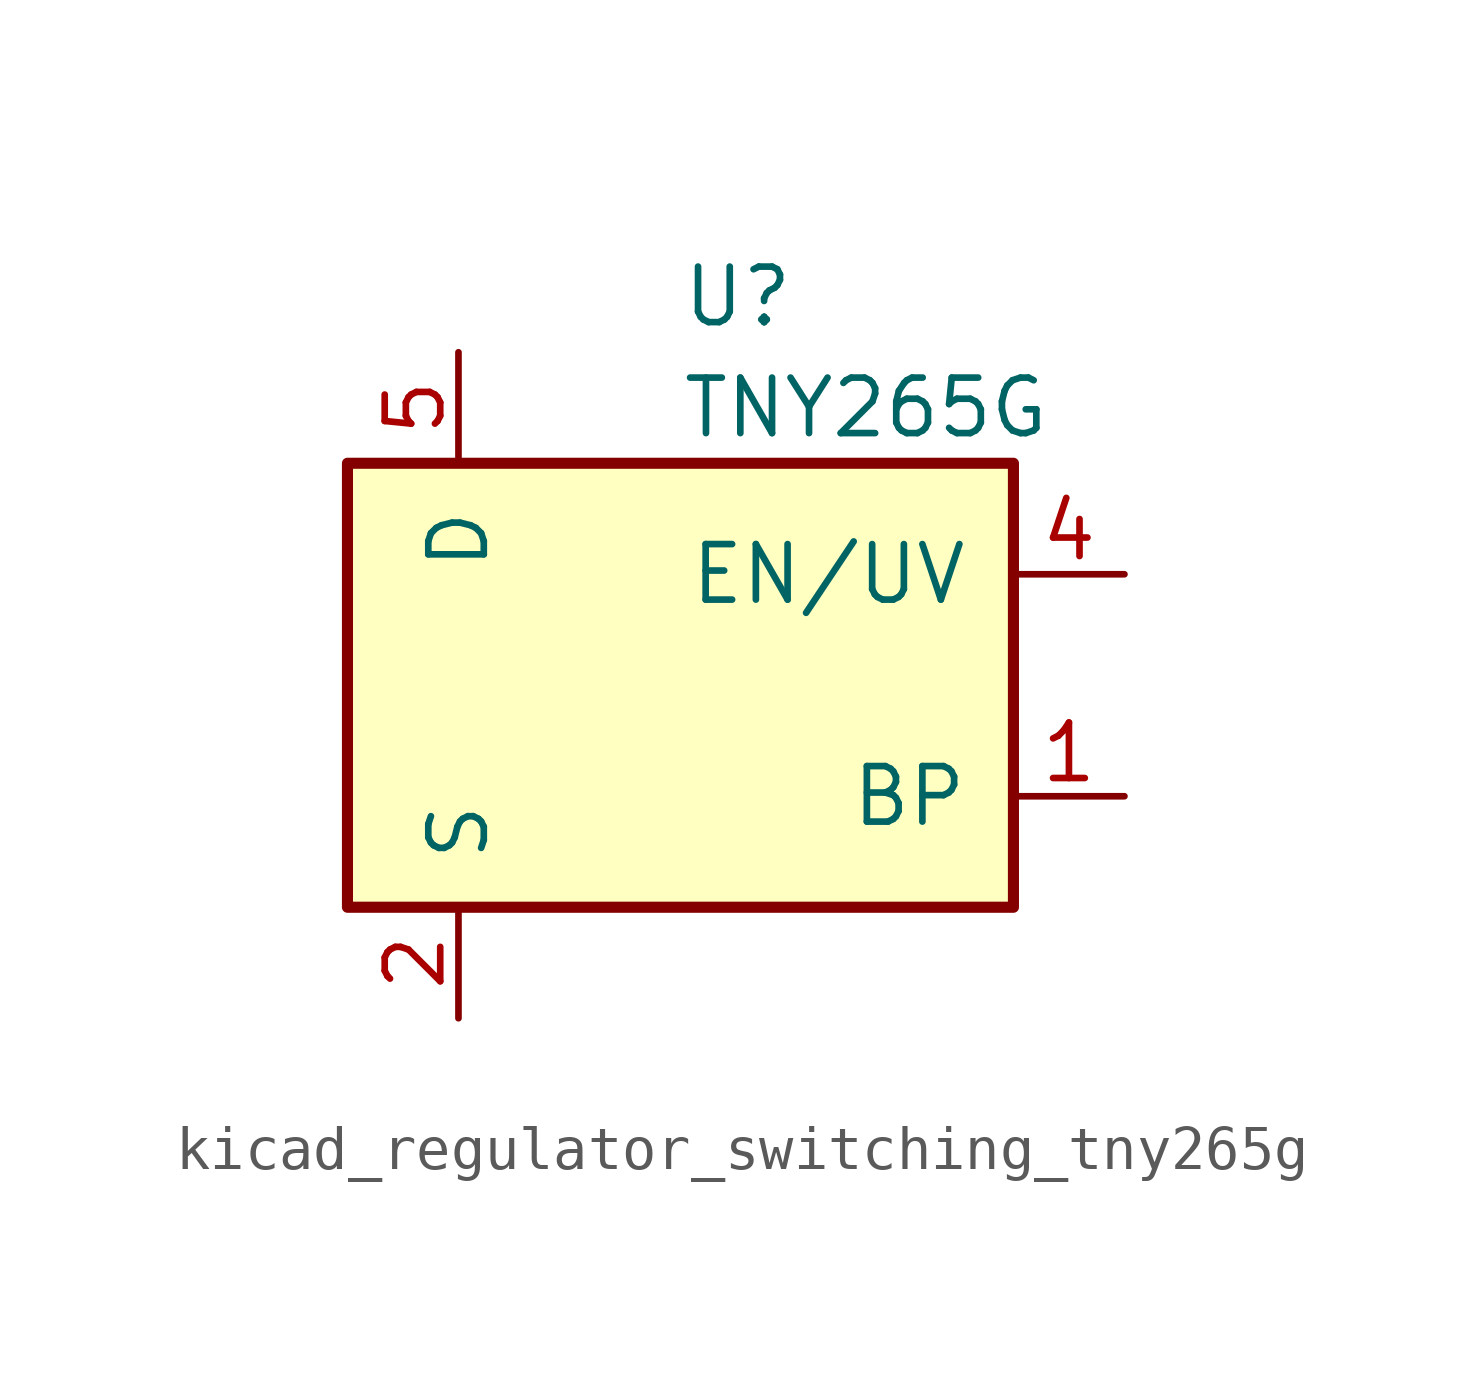
<source format=kicad_sym>
(kicad_symbol_lib
  (version 20220914)
  (generator kicad_symbol_editor)
  (symbol "kicad_regulator_switching_tny265g"
    (pin_names
      (offset 1.016))
    (property "Reference" "U"
      (at 0 8.89 0)
      (effects (font (size 1.27 1.27)) (justify left)))
    (property "Value" "TNY265G"
      (at 0 6.35 0)
      (effects (font (size 1.27 1.27)) (justify left)))
    (symbol "kicad_regulator_switching_tny265g_0_1"
      (rectangle (start -7.62 5.08) (end 7.62 -5.08) (stroke (width 0.254) (type default)) (fill (type background))))
    (symbol "kicad_regulator_switching_tny265g_1_1"
      (pin input line (at 10.16 -2.54 180) (length 2.54) (name "BP" (effects (font (size 1.27 1.27)))) (number "1" (effects (font (size 1.27 1.27)))))
      (pin power_in line (at -5.08 -7.62 90) (length 2.54) (name "S" (effects (font (size 1.27 1.27)))) (number "2" (effects (font (size 1.27 1.27)))))
      (pin passive line (at -5.08 -7.62 90) (length 2.54) hide (name "S" (effects (font (size 1.27 1.27)))) (number "3" (effects (font (size 1.27 1.27)))))
      (pin input line (at 10.16 2.54 180) (length 2.54) (name "EN/UV" (effects (font (size 1.27 1.27)))) (number "4" (effects (font (size 1.27 1.27)))))
      (pin open_collector line (at -5.08 7.62 270) (length 2.54) (name "D" (effects (font (size 1.27 1.27)))) (number "5" (effects (font (size 1.27 1.27)))))
      (pin passive line (at -5.08 -7.62 90) (length 2.54) hide (name "S" (effects (font (size 1.27 1.27)))) (number "7" (effects (font (size 1.27 1.27)))))
      (pin passive line (at -5.08 -7.62 90) (length 2.54) hide (name "S" (effects (font (size 1.27 1.27)))) (number "8" (effects (font (size 1.27 1.27))))))))
</source>
